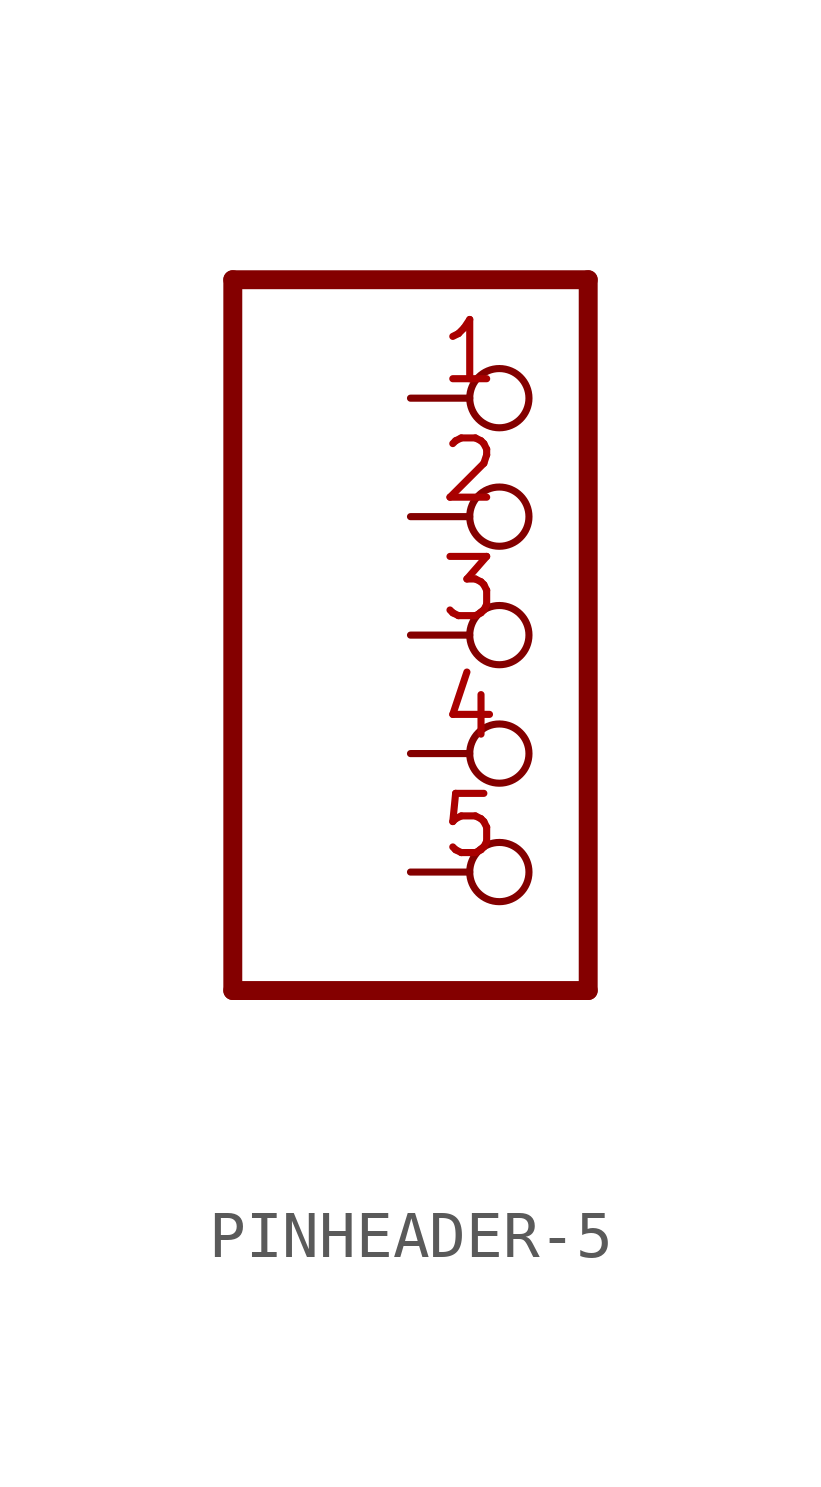
<source format=kicad_sym>
(kicad_symbol_lib
  (version 20220914)
  (generator kicad_symbol_editor)
  (symbol "PINHEADER-5"
    (property "Reference" ""
      (at -3.81 8.255 0)
      (effects (font (size 1.778 1.511)) (justify left bottom) hide))
    (property "Value" ""
      (at -3.81 -10.16 0)
      (effects (font (size 1.778 1.511)) (justify left bottom)))
    (property "ki_locked" ""
      (at 0 0 0)
      (effects (font (size 1.27 1.27))))
    (symbol "PINHEADER-5_1_0"
      (polyline (pts (xy -3.81 -7.62) (xy 3.81 -7.62)) (stroke (width 0.406) (type solid)) (fill (type none)))
      (polyline (pts (xy -3.81 7.62) (xy -3.81 -7.62)) (stroke (width 0.406) (type solid)) (fill (type none)))
      (polyline (pts (xy 3.81 -7.62) (xy 3.81 7.62)) (stroke (width 0.406) (type solid)) (fill (type none)))
      (polyline (pts (xy 3.81 7.62) (xy -3.81 7.62)) (stroke (width 0.406) (type solid)) (fill (type none)))
      (pin passive inverted (at 0 5.08 0) (length 2.54) (name "1" (effects (font (size 0 0)))) (number "1" (effects (font (size 1.27 1.27)))))
      (pin passive inverted (at 0 2.54 0) (length 2.54) (name "2" (effects (font (size 0 0)))) (number "2" (effects (font (size 1.27 1.27)))))
      (pin passive inverted (at 0 0 0) (length 2.54) (name "3" (effects (font (size 0 0)))) (number "3" (effects (font (size 1.27 1.27)))))
      (pin passive inverted (at 0 -2.54 0) (length 2.54) (name "4" (effects (font (size 0 0)))) (number "4" (effects (font (size 1.27 1.27)))))
      (pin passive inverted (at 0 -5.08 0) (length 2.54) (name "5" (effects (font (size 0 0)))) (number "5" (effects (font (size 1.27 1.27))))))))
</source>
